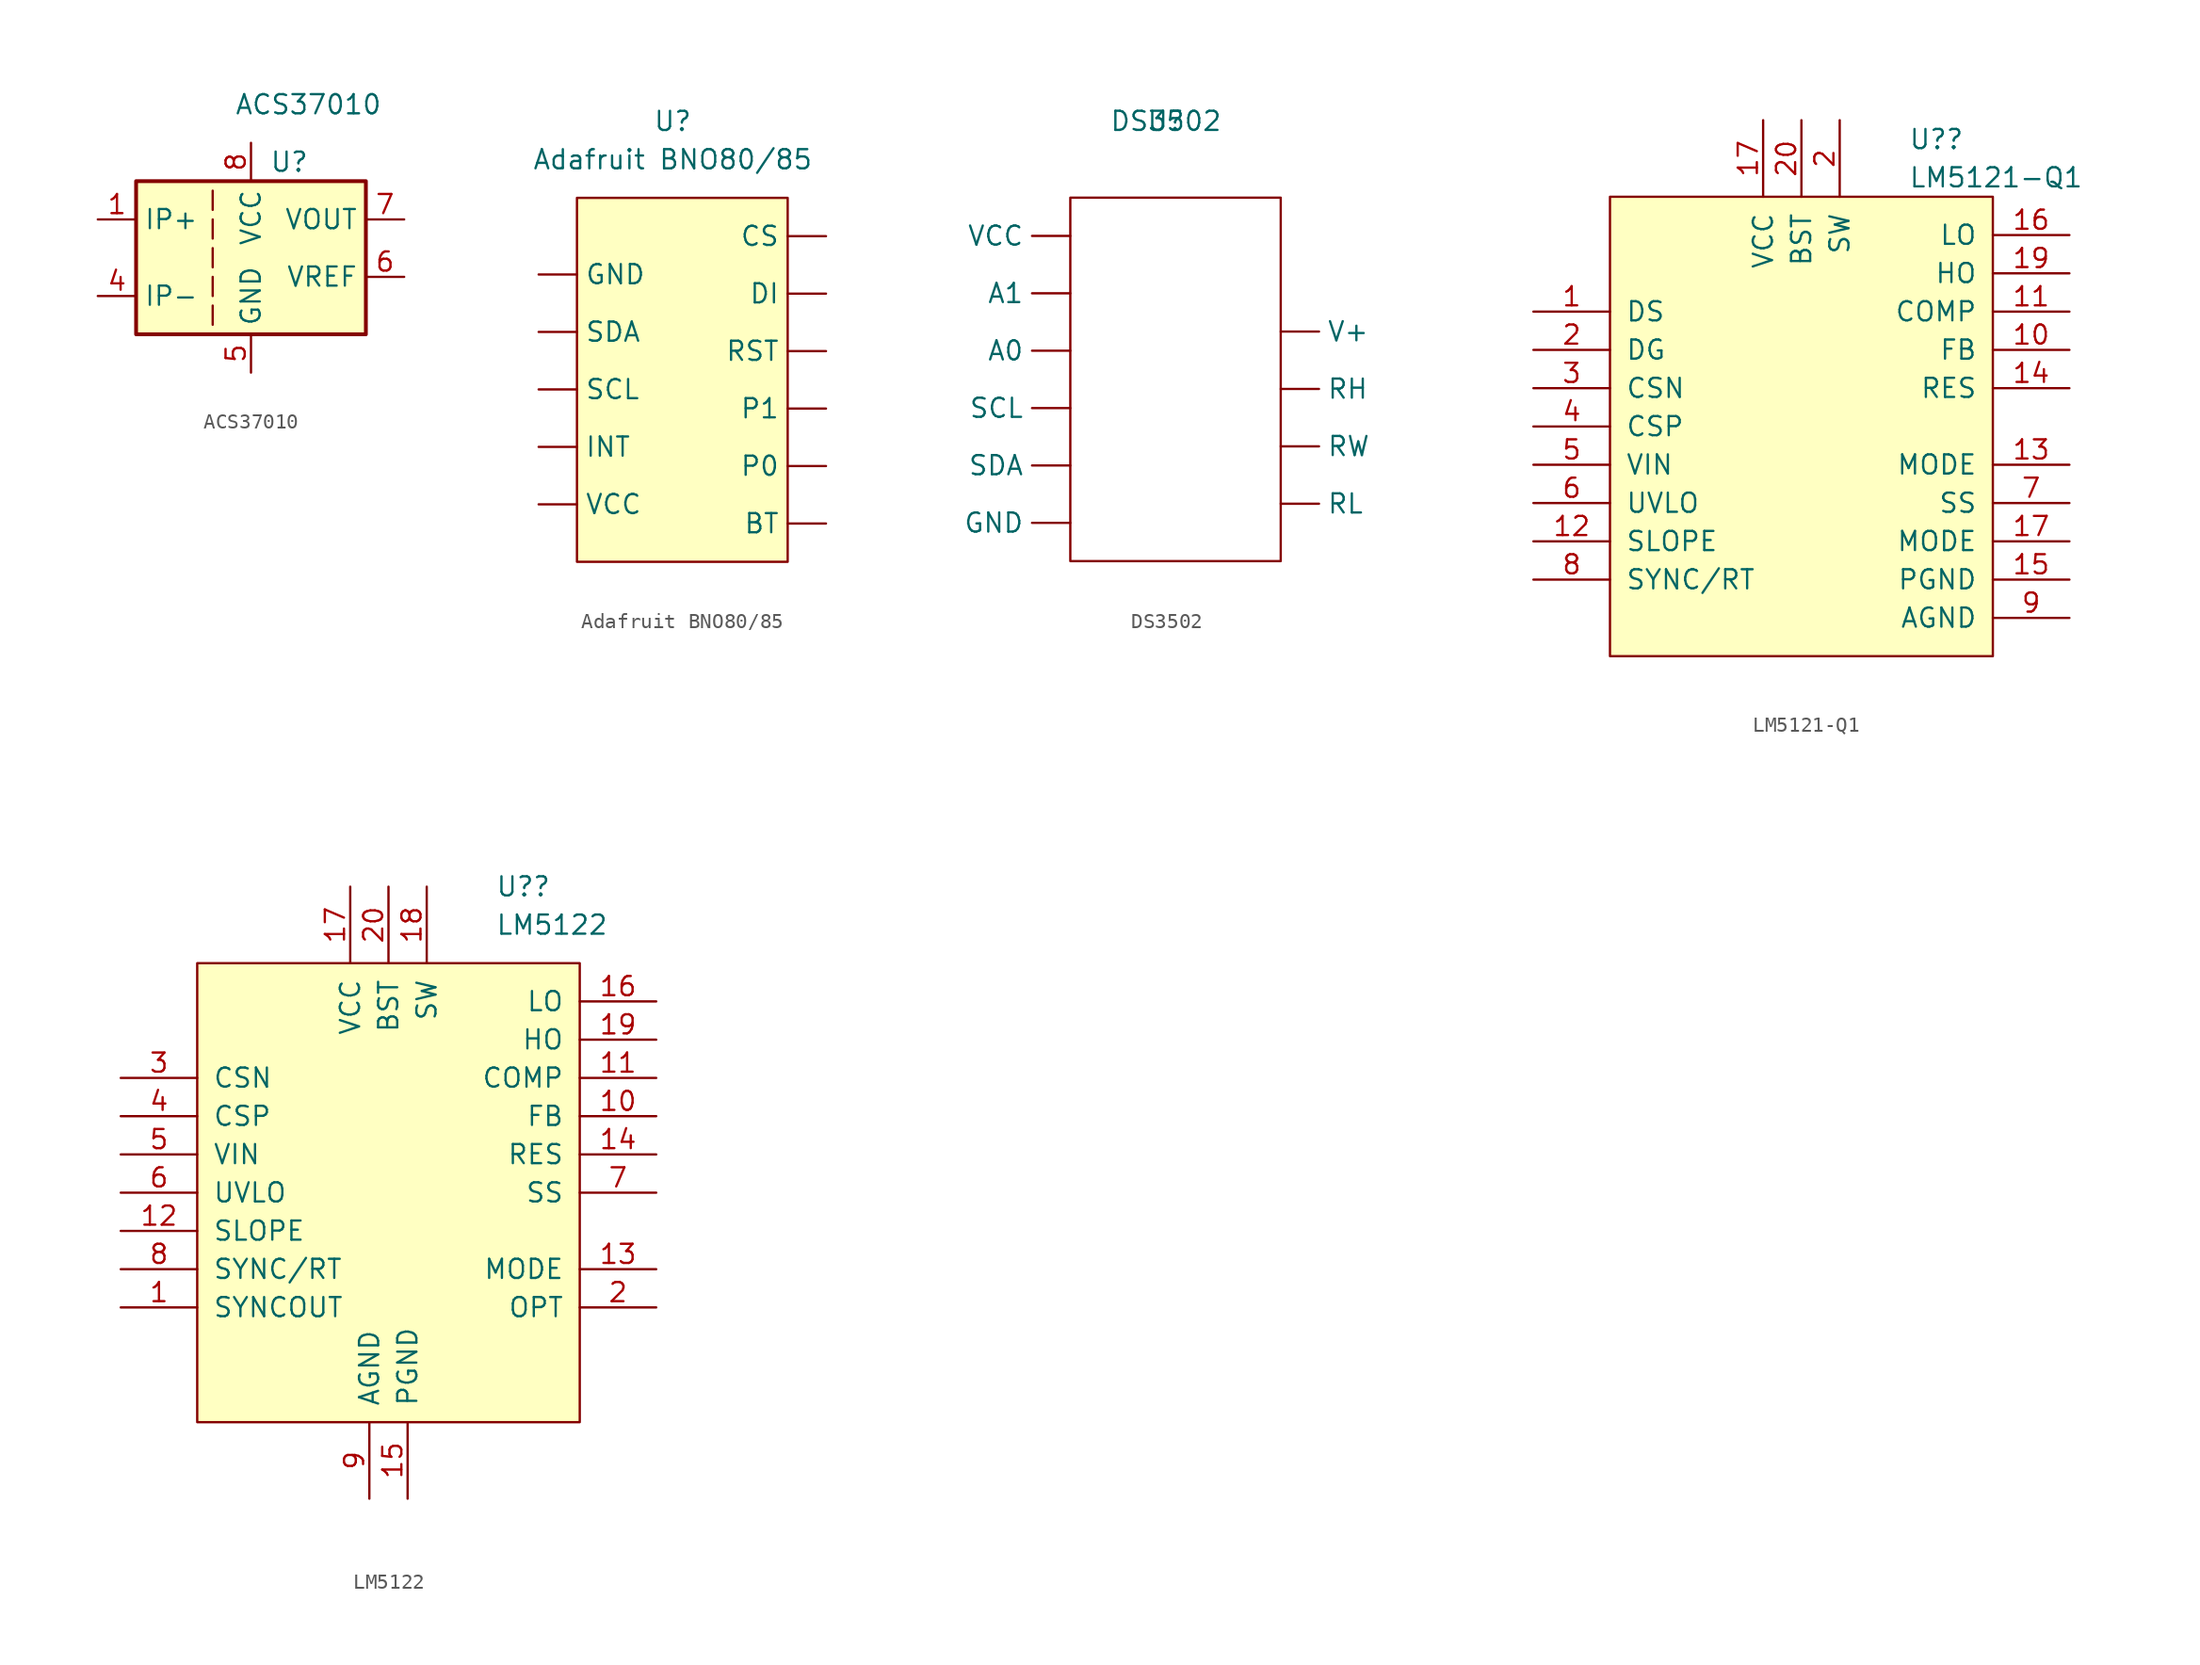
<source format=kicad_sym>
(kicad_symbol_lib
  (version 20230620)
  (generator kicad_symbol_editor)
  (symbol "ACS37010"
    (property "Reference" "U"
      (at 0 0 0)
      (effects (font (size 1.27 1.27))))
    (property "Value" "ACS37010"
      (at 1.27 3.81 0)
      (effects (font (size 1.27 1.27))))
    (symbol "ACS37010_0_1"
      (rectangle (start -10.16 -1.27) (end 5.08 -11.43) (stroke (width 0.254) (type default)) (fill (type background)))
      (polyline (pts (xy -5.08 -9.525) (xy -5.08 -10.795)) (stroke (width 0) (type default)) (fill (type none)))
      (polyline (pts (xy -5.08 -7.62) (xy -5.08 -8.89)) (stroke (width 0) (type default)) (fill (type none)))
      (polyline (pts (xy -5.08 -5.715) (xy -5.08 -6.985)) (stroke (width 0) (type default)) (fill (type none)))
      (polyline (pts (xy -5.08 -5.08) (xy -5.08 -3.81)) (stroke (width 0) (type default)) (fill (type none)))
      (polyline (pts (xy -5.08 -3.175) (xy -5.08 -1.905)) (stroke (width 0) (type default)) (fill (type none))))
    (symbol "ACS37010_1_1"
      (pin passive line (at -12.7 -3.81 0) (length 2.54) (name "IP+" (effects (font (size 1.27 1.27)))) (number "1" (effects (font (size 1.27 1.27)))))
      (pin passive line (at -12.7 -8.89 0) (length 2.54) (name "IP-" (effects (font (size 1.27 1.27)))) (number "4" (effects (font (size 1.27 1.27)))))
      (pin power_in line (at -2.54 -13.97 90) (length 2.54) (name "GND" (effects (font (size 1.27 1.27)))) (number "5" (effects (font (size 1.27 1.27)))))
      (pin output line (at 7.62 -7.62 180) (length 2.54) (name "VREF" (effects (font (size 1.27 1.27)))) (number "6" (effects (font (size 1.27 1.27)))))
      (pin output line (at 7.62 -3.81 180) (length 2.54) (name "VOUT" (effects (font (size 1.27 1.27)))) (number "7" (effects (font (size 1.27 1.27)))))
      (pin power_in line (at -2.54 1.27 270) (length 2.54) (name "VCC" (effects (font (size 1.27 1.27)))) (number "8" (effects (font (size 1.27 1.27)))))))
  (symbol "Adafruit BNO80/85"
    (property "Reference" "U"
      (at 0 0 0)
      (effects (font (size 1.27 1.27))))
    (property "Value" "Adafruit BNO80{slash}85"
      (at 0 -2.54 0)
      (effects (font (size 1.27 1.27))))
    (symbol "Adafruit BNO80/85_0_1"
      (rectangle (start -6.35 -5.08) (end 7.62 -29.21) (stroke (width 0) (type default)) (fill (type background))))
    (symbol "Adafruit BNO80/85_1_1"
      (pin output line (at 10.16 -26.67 180) (length 2.54) (name "BT" (effects (font (size 1.27 1.27)))) (number "" (effects (font (size 1.27 1.27)))))
      (pin output line (at 10.16 -7.62 180) (length 2.54) (name "CS" (effects (font (size 1.27 1.27)))) (number "" (effects (font (size 1.27 1.27)))))
      (pin output line (at 10.16 -11.43 180) (length 2.54) (name "DI" (effects (font (size 1.27 1.27)))) (number "" (effects (font (size 1.27 1.27)))))
      (pin input line (at -8.89 -10.16 0) (length 2.54) (name "GND" (effects (font (size 1.27 1.27)))) (number "" (effects (font (size 1.27 1.27)))))
      (pin input line (at -8.89 -21.59 0) (length 2.54) (name "INT" (effects (font (size 1.27 1.27)))) (number "" (effects (font (size 1.27 1.27)))))
      (pin output line (at 10.16 -22.86 180) (length 2.54) (name "P0" (effects (font (size 1.27 1.27)))) (number "" (effects (font (size 1.27 1.27)))))
      (pin output line (at 10.16 -19.05 180) (length 2.54) (name "P1" (effects (font (size 1.27 1.27)))) (number "" (effects (font (size 1.27 1.27)))))
      (pin output line (at 10.16 -15.24 180) (length 2.54) (name "RST" (effects (font (size 1.27 1.27)))) (number "" (effects (font (size 1.27 1.27)))))
      (pin input line (at -8.89 -17.78 0) (length 2.54) (name "SCL" (effects (font (size 1.27 1.27)))) (number "" (effects (font (size 1.27 1.27)))))
      (pin input line (at -8.89 -13.97 0) (length 2.54) (name "SDA" (effects (font (size 1.27 1.27)))) (number "" (effects (font (size 1.27 1.27)))))
      (pin input line (at -8.89 -25.4 0) (length 2.54) (name "VCC" (effects (font (size 1.27 1.27)))) (number "" (effects (font (size 1.27 1.27)))))))
  (symbol "DS3502"
    (property "Reference" "U"
      (at 0 0 0)
      (effects (font (size 1.27 1.27))))
    (property "Value" "DS3502"
      (at 0 0 0)
      (effects (font (size 1.27 1.27))))
    (symbol "DS3502_0_1"
      (rectangle (start -6.35 -5.08) (end 7.62 -29.21) (stroke (width 0) (type default)) (fill (type none))))
    (symbol "DS3502_1_1"
      (pin input line (at -6.35 -15.24 180) (length 2.54) (name "A0" (effects (font (size 1.27 1.27)))) (number "" (effects (font (size 1.27 1.27)))))
      (pin input line (at -6.35 -11.43 180) (length 2.54) (name "A1" (effects (font (size 1.27 1.27)))) (number "" (effects (font (size 1.27 1.27)))))
      (pin input line (at -6.35 -26.67 180) (length 2.54) (name "GND" (effects (font (size 1.27 1.27)))) (number "" (effects (font (size 1.27 1.27)))))
      (pin output line (at 7.62 -17.78 0) (length 2.54) (name "RH" (effects (font (size 1.27 1.27)))) (number "" (effects (font (size 1.27 1.27)))))
      (pin output line (at 7.62 -25.4 0) (length 2.54) (name "RL" (effects (font (size 1.27 1.27)))) (number "" (effects (font (size 1.27 1.27)))))
      (pin output line (at 7.62 -21.59 0) (length 2.54) (name "RW" (effects (font (size 1.27 1.27)))) (number "" (effects (font (size 1.27 1.27)))))
      (pin input line (at -6.35 -19.05 180) (length 2.54) (name "SCL" (effects (font (size 1.27 1.27)))) (number "" (effects (font (size 1.27 1.27)))))
      (pin input line (at -6.35 -22.86 180) (length 2.54) (name "SDA" (effects (font (size 1.27 1.27)))) (number "" (effects (font (size 1.27 1.27)))))
      (pin output line (at 7.62 -13.97 0) (length 2.54) (name "V+" (effects (font (size 1.27 1.27)))) (number "" (effects (font (size 1.27 1.27)))))
      (pin output line (at -6.35 -7.62 180) (length 2.54) (name "VCC" (effects (font (size 1.27 1.27)))) (number "" (effects (font (size 1.27 1.27)))))))
  (symbol "LM5121-Q1"
    (pin_names
      (offset 1.016))
    (property "Reference" "U?"
      (at 7.099 24.13 0)
      (effects (font (size 1.27 1.27)) (justify left)))
    (property "Value" "LM5121-Q1"
      (at 7.099 21.59 0)
      (effects (font (size 1.27 1.27)) (justify left)))
    (symbol "LM5121-Q1_0_1"
      (rectangle (start -12.7 20.32) (end 12.7 -10.16) (stroke (width 0) (type default)) (fill (type background))))
    (symbol "LM5121-Q1_1_1"
      (pin output line (at -17.78 12.7 0) (length 5.08) (name "DS" (effects (font (size 1.27 1.27)))) (number "1" (effects (font (size 1.27 1.27)))))
      (pin input line (at 17.78 10.16 180) (length 5.08) (name "FB" (effects (font (size 1.27 1.27)))) (number "10" (effects (font (size 1.27 1.27)))))
      (pin output line (at 17.78 12.7 180) (length 5.08) (name "COMP" (effects (font (size 1.27 1.27)))) (number "11" (effects (font (size 1.27 1.27)))))
      (pin input line (at -17.78 -2.54 0) (length 5.08) (name "SLOPE" (effects (font (size 1.27 1.27)))) (number "12" (effects (font (size 1.27 1.27)))))
      (pin output line (at 17.78 2.54 180) (length 5.08) (name "MODE" (effects (font (size 1.27 1.27)))) (number "13" (effects (font (size 1.27 1.27)))))
      (pin output line (at 17.78 7.62 180) (length 5.08) (name "RES" (effects (font (size 1.27 1.27)))) (number "14" (effects (font (size 1.27 1.27)))))
      (pin power_in line (at 17.78 -5.08 180) (length 5.08) (name "PGND" (effects (font (size 1.27 1.27)))) (number "15" (effects (font (size 1.27 1.27)))))
      (pin output line (at 17.78 17.78 180) (length 5.08) (name "LO" (effects (font (size 1.27 1.27)))) (number "16" (effects (font (size 1.27 1.27)))))
      (pin input line (at 17.78 -2.54 180) (length 5.08) (name "MODE" (effects (font (size 1.27 1.27)))) (number "17" (effects (font (size 1.27 1.27)))))
      (pin tri_state line (at -2.54 25.4 270) (length 5.08) (name "VCC" (effects (font (size 1.27 1.27)))) (number "17" (effects (font (size 1.27 1.27)))))
      (pin output line (at 17.78 15.24 180) (length 5.08) (name "HO" (effects (font (size 1.27 1.27)))) (number "19" (effects (font (size 1.27 1.27)))))
      (pin output line (at -17.78 10.16 0) (length 5.08) (name "DG" (effects (font (size 1.27 1.27)))) (number "2" (effects (font (size 1.27 1.27)))))
      (pin bidirectional line (at 2.54 25.4 270) (length 5.08) (name "SW" (effects (font (size 1.27 1.27)))) (number "2" (effects (font (size 1.27 1.27)))))
      (pin input line (at 0 25.4 270) (length 5.08) (name "BST" (effects (font (size 1.27 1.27)))) (number "20" (effects (font (size 1.27 1.27)))))
      (pin input line (at -17.78 7.62 0) (length 5.08) (name "CSN" (effects (font (size 1.27 1.27)))) (number "3" (effects (font (size 1.27 1.27)))))
      (pin input line (at -17.78 5.08 0) (length 5.08) (name "CSP" (effects (font (size 1.27 1.27)))) (number "4" (effects (font (size 1.27 1.27)))))
      (pin input line (at -17.78 2.54 0) (length 5.08) (name "VIN" (effects (font (size 1.27 1.27)))) (number "5" (effects (font (size 1.27 1.27)))))
      (pin input line (at -17.78 0 0) (length 5.08) (name "UVLO" (effects (font (size 1.27 1.27)))) (number "6" (effects (font (size 1.27 1.27)))))
      (pin input line (at 17.78 0 180) (length 5.08) (name "SS" (effects (font (size 1.27 1.27)))) (number "7" (effects (font (size 1.27 1.27)))))
      (pin input line (at -17.78 -5.08 0) (length 5.08) (name "SYNC/RT" (effects (font (size 1.27 1.27)))) (number "8" (effects (font (size 1.27 1.27)))))
      (pin power_in line (at 17.78 -7.62 180) (length 5.08) (name "AGND" (effects (font (size 1.27 1.27)))) (number "9" (effects (font (size 1.27 1.27)))))))
  (symbol "LM5122"
    (pin_names
      (offset 1.016))
    (property "Reference" "U?"
      (at 7.099 24.13 0)
      (effects (font (size 1.27 1.27)) (justify left)))
    (property "Value" "LM5122"
      (at 7.099 21.59 0)
      (effects (font (size 1.27 1.27)) (justify left)))
    (symbol "LM5122_0_1"
      (rectangle (start -12.7 19.05) (end 12.7 -11.43) (stroke (width 0) (type default)) (fill (type background))))
    (symbol "LM5122_1_1"
      (pin output line (at -17.78 -3.81 0) (length 5.08) (name "SYNCOUT" (effects (font (size 1.27 1.27)))) (number "1" (effects (font (size 1.27 1.27)))))
      (pin input line (at 17.78 8.89 180) (length 5.08) (name "FB" (effects (font (size 1.27 1.27)))) (number "10" (effects (font (size 1.27 1.27)))))
      (pin output line (at 17.78 11.43 180) (length 5.08) (name "COMP" (effects (font (size 1.27 1.27)))) (number "11" (effects (font (size 1.27 1.27)))))
      (pin input line (at -17.78 1.27 0) (length 5.08) (name "SLOPE" (effects (font (size 1.27 1.27)))) (number "12" (effects (font (size 1.27 1.27)))))
      (pin output line (at 17.78 -1.27 180) (length 5.08) (name "MODE" (effects (font (size 1.27 1.27)))) (number "13" (effects (font (size 1.27 1.27)))))
      (pin output line (at 17.78 6.35 180) (length 5.08) (name "RES" (effects (font (size 1.27 1.27)))) (number "14" (effects (font (size 1.27 1.27)))))
      (pin power_in line (at 1.27 -16.51 90) (length 5.08) (name "PGND" (effects (font (size 1.27 1.27)))) (number "15" (effects (font (size 1.27 1.27)))))
      (pin output line (at 17.78 16.51 180) (length 5.08) (name "LO" (effects (font (size 1.27 1.27)))) (number "16" (effects (font (size 1.27 1.27)))))
      (pin tri_state line (at -2.54 24.13 270) (length 5.08) (name "VCC" (effects (font (size 1.27 1.27)))) (number "17" (effects (font (size 1.27 1.27)))))
      (pin bidirectional line (at 2.54 24.13 270) (length 5.08) (name "SW" (effects (font (size 1.27 1.27)))) (number "18" (effects (font (size 1.27 1.27)))))
      (pin output line (at 17.78 13.97 180) (length 5.08) (name "HO" (effects (font (size 1.27 1.27)))) (number "19" (effects (font (size 1.27 1.27)))))
      (pin output line (at 17.78 -3.81 180) (length 5.08) (name "OPT" (effects (font (size 1.27 1.27)))) (number "2" (effects (font (size 1.27 1.27)))))
      (pin input line (at 0 24.13 270) (length 5.08) (name "BST" (effects (font (size 1.27 1.27)))) (number "20" (effects (font (size 1.27 1.27)))))
      (pin input line (at -17.78 11.43 0) (length 5.08) (name "CSN" (effects (font (size 1.27 1.27)))) (number "3" (effects (font (size 1.27 1.27)))))
      (pin input line (at -17.78 8.89 0) (length 5.08) (name "CSP" (effects (font (size 1.27 1.27)))) (number "4" (effects (font (size 1.27 1.27)))))
      (pin input line (at -17.78 6.35 0) (length 5.08) (name "VIN" (effects (font (size 1.27 1.27)))) (number "5" (effects (font (size 1.27 1.27)))))
      (pin input line (at -17.78 3.81 0) (length 5.08) (name "UVLO" (effects (font (size 1.27 1.27)))) (number "6" (effects (font (size 1.27 1.27)))))
      (pin input line (at 17.78 3.81 180) (length 5.08) (name "SS" (effects (font (size 1.27 1.27)))) (number "7" (effects (font (size 1.27 1.27)))))
      (pin input line (at -17.78 -1.27 0) (length 5.08) (name "SYNC/RT" (effects (font (size 1.27 1.27)))) (number "8" (effects (font (size 1.27 1.27)))))
      (pin power_in line (at -1.27 -16.51 90) (length 5.08) (name "AGND" (effects (font (size 1.27 1.27)))) (number "9" (effects (font (size 1.27 1.27))))))))
</source>
